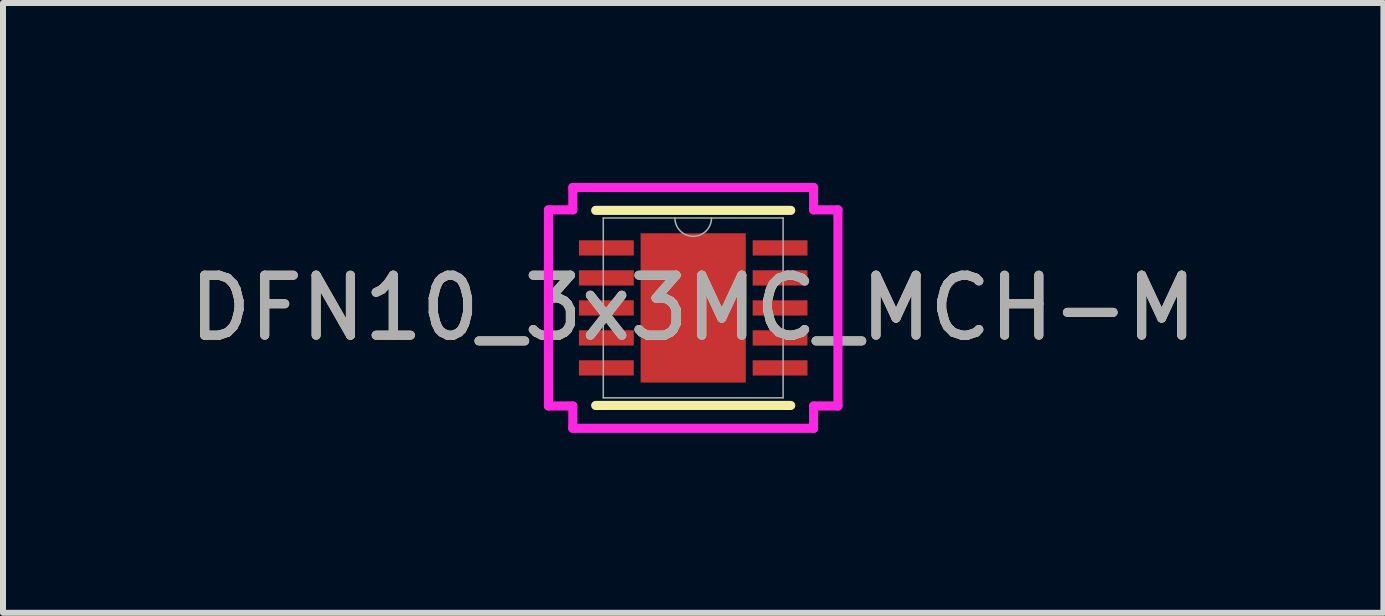
<source format=kicad_pcb>
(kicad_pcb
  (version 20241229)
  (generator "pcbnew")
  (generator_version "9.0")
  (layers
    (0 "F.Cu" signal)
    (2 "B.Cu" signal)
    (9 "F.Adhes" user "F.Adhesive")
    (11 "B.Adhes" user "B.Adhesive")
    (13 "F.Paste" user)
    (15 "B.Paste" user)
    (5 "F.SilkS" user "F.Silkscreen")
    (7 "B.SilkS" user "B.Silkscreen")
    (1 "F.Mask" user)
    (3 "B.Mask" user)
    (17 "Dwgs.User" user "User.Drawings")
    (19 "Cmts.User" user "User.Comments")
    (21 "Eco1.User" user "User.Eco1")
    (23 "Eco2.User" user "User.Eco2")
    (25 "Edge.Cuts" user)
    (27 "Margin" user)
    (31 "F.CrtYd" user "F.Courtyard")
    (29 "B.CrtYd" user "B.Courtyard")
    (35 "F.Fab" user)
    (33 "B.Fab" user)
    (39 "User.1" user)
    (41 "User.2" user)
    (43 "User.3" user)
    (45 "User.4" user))
  (footprint "DFN10_3x3MC_MCH-M"
    (layer "F.Cu")
    (at 8.506 2.083)
    (property "Reference" "DFN10_3x3MC_MCH-M" (at 0 0 0) (unlocked yes) (layer "F.SilkS") (effects (font (size 1 1) (thickness 0.15))))
    (attr smd)
    (fp_line (start -1.626 1.626) (end 1.626 1.626) (stroke (width 0.152) (type solid)) (layer "F.SilkS"))
    (fp_line (start 1.626 -1.626) (end -1.626 -1.626) (stroke (width 0.152) (type solid)) (layer "F.SilkS"))
    (fp_line (start -2.413 -1.635) (end -2.007 -1.635) (stroke (width 0.152) (type solid)) (layer "F.CrtYd"))
    (fp_line (start -2.413 1.635) (end -2.413 -1.635) (stroke (width 0.152) (type solid)) (layer "F.CrtYd"))
    (fp_line (start -2.413 1.635) (end -2.007 1.635) (stroke (width 0.152) (type solid)) (layer "F.CrtYd"))
    (fp_line (start -2.007 -2.007) (end 2.007 -2.007) (stroke (width 0.152) (type solid)) (layer "F.CrtYd"))
    (fp_line (start -2.007 -1.635) (end -2.007 -2.007) (stroke (width 0.152) (type solid)) (layer "F.CrtYd"))
    (fp_line (start -2.007 2.007) (end -2.007 1.635) (stroke (width 0.152) (type solid)) (layer "F.CrtYd"))
    (fp_line (start 2.007 -2.007) (end 2.007 -1.635) (stroke (width 0.152) (type solid)) (layer "F.CrtYd"))
    (fp_line (start 2.007 1.635) (end 2.007 2.007) (stroke (width 0.152) (type solid)) (layer "F.CrtYd"))
    (fp_line (start 2.007 2.007) (end -2.007 2.007) (stroke (width 0.152) (type solid)) (layer "F.CrtYd"))
    (fp_line (start 2.413 -1.635) (end 2.007 -1.635) (stroke (width 0.152) (type solid)) (layer "F.CrtYd"))
    (fp_line (start 2.413 -1.635) (end 2.413 1.635) (stroke (width 0.152) (type solid)) (layer "F.CrtYd"))
    (fp_line (start 2.413 1.635) (end 2.007 1.635) (stroke (width 0.152) (type solid)) (layer "F.CrtYd"))
    (fp_line (start -1.499 -1.499) (end -1.499 1.499) (stroke (width 0.025) (type solid)) (layer "F.Fab"))
    (fp_line (start -1.499 1.499) (end 1.499 1.499) (stroke (width 0.025) (type solid)) (layer "F.Fab"))
    (fp_line (start 1.499 -1.499) (end -1.499 -1.499) (stroke (width 0.025) (type solid)) (layer "F.Fab"))
    (fp_line (start 1.499 1.499) (end 1.499 -1.499) (stroke (width 0.025) (type solid)) (layer "F.Fab"))
    (fp_arc (start 0.3048 -1.4986) (mid 0 -1.1938) (end -0.3048 -1.4986) (stroke (width 0.0254) (type solid)) (layer "F.Fab"))
    (fp_text user "${REFERENCE}" (at 0 0 0) (unlocked yes) (layer "F.Fab") (effects (font (size 1 1) (thickness 0.15))))
    (pad "1" smd rect (at -1.448 -1) (size 0.914 0.254) (layers "F.Cu" "F.Mask" "F.Paste"))
    (pad "2" smd rect (at -1.448 -0.5) (size 0.914 0.254) (layers "F.Cu" "F.Mask" "F.Paste"))
    (pad "3" smd rect (at -1.448 0) (size 0.914 0.254) (layers "F.Cu" "F.Mask" "F.Paste"))
    (pad "4" smd rect (at -1.448 0.5) (size 0.914 0.254) (layers "F.Cu" "F.Mask" "F.Paste"))
    (pad "5" smd rect (at -1.448 1) (size 0.914 0.254) (layers "F.Cu" "F.Mask" "F.Paste"))
    (pad "6" smd rect (at 1.448 1) (size 0.914 0.254) (layers "F.Cu" "F.Mask" "F.Paste"))
    (pad "7" smd rect (at 1.448 0.5) (size 0.914 0.254) (layers "F.Cu" "F.Mask" "F.Paste"))
    (pad "8" smd rect (at 1.448 0) (size 0.914 0.254) (layers "F.Cu" "F.Mask" "F.Paste"))
    (pad "9" smd rect (at 1.448 -0.5) (size 0.914 0.254) (layers "F.Cu" "F.Mask" "F.Paste"))
    (pad "10" smd rect (at 1.448 -1) (size 0.914 0.254) (layers "F.Cu" "F.Mask" "F.Paste"))
    (pad "11" smd rect (at 0 0) (size 1.753 2.489) (layers "F.Cu" "F.Mask" "F.Paste")))
  (gr_rect
    (start -3 -3)
    (end 20.012 7.166)
    (stroke (width 0.1) (type default))
    (fill no)
    (layer "Edge.Cuts")))
</source>
